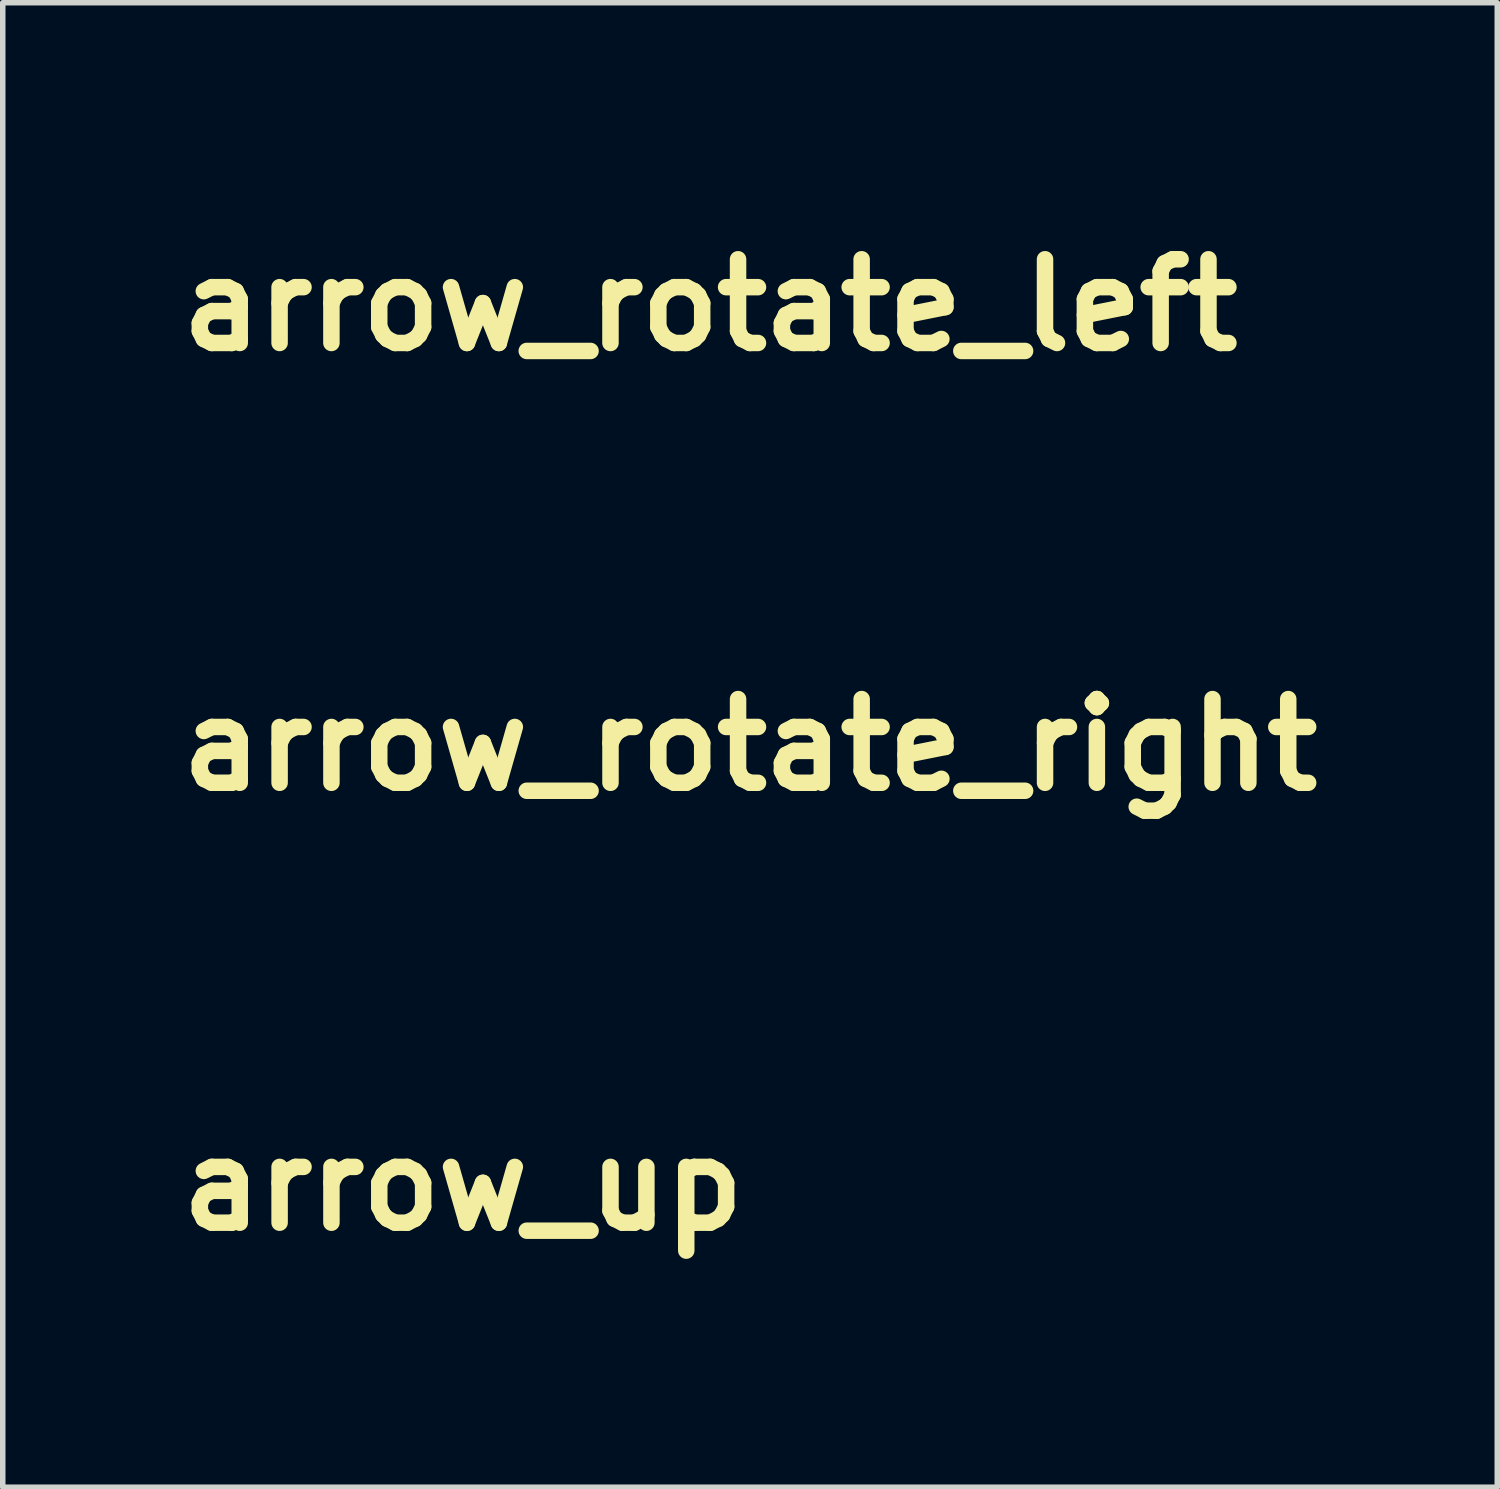
<source format=kicad_pcb>
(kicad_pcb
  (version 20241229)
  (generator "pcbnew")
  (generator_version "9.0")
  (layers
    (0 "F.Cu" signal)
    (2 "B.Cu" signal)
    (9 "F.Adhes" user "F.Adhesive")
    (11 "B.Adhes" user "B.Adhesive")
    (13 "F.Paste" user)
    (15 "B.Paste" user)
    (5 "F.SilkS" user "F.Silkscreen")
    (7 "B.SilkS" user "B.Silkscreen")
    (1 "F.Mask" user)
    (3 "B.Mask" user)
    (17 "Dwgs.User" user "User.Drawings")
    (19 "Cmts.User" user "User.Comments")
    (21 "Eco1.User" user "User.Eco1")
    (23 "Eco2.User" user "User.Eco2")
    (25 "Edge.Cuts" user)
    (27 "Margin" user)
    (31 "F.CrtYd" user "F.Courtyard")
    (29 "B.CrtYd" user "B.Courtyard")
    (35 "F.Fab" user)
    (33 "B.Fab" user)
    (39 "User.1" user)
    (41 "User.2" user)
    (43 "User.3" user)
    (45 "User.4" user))
  (footprint "arrow_rotate_right"
    (layer "F.Cu")
    (at 10.603 10.51)
    (property "Reference" "arrow_rotate_right" (at 0 0 0) (layer "F.SilkS") (effects (font (size 1.524 1.524) (thickness 0.3))))
    (attr through_hole)
    (fp_poly (pts (xy 2.492 0.534) (xy 2.493 0.561) (xy 2.494 0.605) (xy 2.495 0.666) (xy 2.496 0.741) (xy 2.497 0.829) (xy 2.497 0.93) (xy 2.498 1.041) (xy 2.498 1.162) (xy 2.499 1.29) (xy 2.499 1.426) (xy 2.499 1.507) (xy 2.499 2.499) (xy 1.589 2.499) (xy 1.426 2.499) (xy 1.283 2.499) (xy 1.157 2.498) (xy 1.049 2.498) (xy 0.957 2.497) (xy 0.88 2.497) (xy 0.817 2.496) (xy 0.768 2.494) (xy 0.731 2.493) (xy 0.706 2.492) (xy 0.691 2.49) (xy 0.686 2.488) (xy 0.686 2.487) (xy 0.694 2.478) (xy 0.714 2.455) (xy 0.746 2.42) (xy 0.787 2.375) (xy 0.838 2.32) (xy 0.896 2.257) (xy 0.96 2.186) (xy 1.03 2.111) (xy 1.103 2.031) (xy 1.109 2.025) (xy 1.166 1.963) (xy 1.231 1.892) (xy 1.303 1.815) (xy 1.38 1.731) (xy 1.461 1.643) (xy 1.546 1.551) (xy 1.633 1.457) (xy 1.721 1.361) (xy 1.81 1.265) (xy 1.897 1.17) (xy 1.983 1.077) (xy 2.065 0.987) (xy 2.144 0.902) (xy 2.217 0.823) (xy 2.283 0.751) (xy 2.343 0.686) (xy 2.394 0.631) (xy 2.435 0.586) (xy 2.466 0.552) (xy 2.485 0.532) (xy 2.491 0.525) (xy 2.492 0.534)) (stroke (width 0.01) (type solid)) (fill no) (layer "Eco1.User"))
    (fp_poly (pts (xy -2.402 -1.115) (xy -2.237 -1.099) (xy -2.069 -1.073) (xy -1.906 -1.038) (xy -1.849 -1.023) (xy -1.629 -0.952) (xy -1.417 -0.864) (xy -1.215 -0.758) (xy -1.023 -0.636) (xy -0.842 -0.499) (xy -0.673 -0.346) (xy -0.516 -0.179) (xy -0.374 0.002) (xy -0.245 0.195) (xy -0.151 0.364) (xy -0.129 0.409) (xy -0.11 0.448) (xy -0.096 0.478) (xy -0.09 0.495) (xy -0.09 0.496) (xy -0.093 0.499) (xy -0.103 0.502) (xy -0.122 0.504) (xy -0.151 0.506) (xy -0.191 0.508) (xy -0.245 0.509) (xy -0.312 0.51) (xy -0.396 0.511) (xy -0.497 0.512) (xy -0.595 0.512) (xy -1.1 0.515) (xy -0.688 0.98) (xy -0.552 1.134) (xy -0.428 1.274) (xy -0.315 1.401) (xy -0.214 1.516) (xy -0.123 1.619) (xy -0.041 1.711) (xy 0.031 1.793) (xy 0.096 1.866) (xy 0.153 1.931) (xy 0.204 1.988) (xy 0.249 2.039) (xy 0.289 2.084) (xy 0.325 2.124) (xy 0.357 2.16) (xy 0.386 2.193) (xy 0.413 2.224) (xy 0.439 2.253) (xy 0.464 2.281) (xy 0.475 2.294) (xy 0.52 2.345) (xy 0.561 2.391) (xy 0.596 2.431) (xy 0.622 2.461) (xy 0.639 2.481) (xy 0.643 2.487) (xy 0.641 2.488) (xy 0.631 2.49) (xy 0.612 2.491) (xy 0.585 2.492) (xy 0.547 2.494) (xy 0.499 2.495) (xy 0.439 2.495) (xy 0.366 2.496) (xy 0.281 2.497) (xy 0.182 2.497) (xy 0.068 2.498) (xy -0.062 2.498) (xy -0.207 2.499) (xy -0.37 2.499) (xy -0.55 2.499) (xy -0.749 2.499) (xy -0.924 2.499) (xy -2.499 2.499) (xy -2.499 -1.121) (xy -2.402 -1.115)) (stroke (width 0.01) (type solid)) (fill no) (layer "Eco1.User"))
    (fp_poly (pts (xy 1.715 -2.497) (xy 1.859 -2.497) (xy 1.991 -2.497) (xy 2.11 -2.497) (xy 2.214 -2.497) (xy 2.304 -2.497) (xy 2.377 -2.497) (xy 2.434 -2.496) (xy 2.473 -2.496) (xy 2.493 -2.496) (xy 2.496 -2.496) (xy 2.496 -2.485) (xy 2.496 -2.456) (xy 2.497 -2.409) (xy 2.497 -2.346) (xy 2.497 -2.267) (xy 2.497 -2.173) (xy 2.497 -2.066) (xy 2.497 -1.946) (xy 2.497 -1.816) (xy 2.497 -1.675) (xy 2.497 -1.525) (xy 2.497 -1.367) (xy 2.497 -1.203) (xy 2.497 -1.032) (xy 2.497 -0.994) (xy 2.494 0.505) (xy 1.948 0.502) (xy 1.402 0.5) (xy 1.395 0.472) (xy 1.384 0.432) (xy 1.367 0.378) (xy 1.346 0.313) (xy 1.322 0.244) (xy 1.297 0.173) (xy 1.272 0.105) (xy 1.254 0.058) (xy 1.141 -0.2) (xy 1.011 -0.448) (xy 0.865 -0.686) (xy 0.703 -0.913) (xy 0.526 -1.129) (xy 0.335 -1.332) (xy 0.131 -1.522) (xy -0.086 -1.698) (xy -0.315 -1.858) (xy -0.554 -2.003) (xy -0.803 -2.132) (xy -1.011 -2.223) (xy -1.071 -2.246) (xy -1.139 -2.271) (xy -1.211 -2.297) (xy -1.283 -2.322) (xy -1.35 -2.344) (xy -1.409 -2.363) (xy -1.455 -2.376) (xy -1.464 -2.378) (xy -1.503 -2.388) (xy -1.542 -2.398) (xy -1.544 -2.399) (xy -1.595 -2.411) (xy -1.66 -2.426) (xy -1.732 -2.441) (xy -1.806 -2.455) (xy -1.875 -2.468) (xy -1.934 -2.478) (xy -1.954 -2.48) (xy -1.963 -2.482) (xy -1.967 -2.483) (xy -1.965 -2.485) (xy -1.956 -2.486) (xy -1.94 -2.487) (xy -1.916 -2.488) (xy -1.883 -2.489) (xy -1.84 -2.49) (xy -1.788 -2.491) (xy -1.724 -2.491) (xy -1.65 -2.492) (xy -1.562 -2.493) (xy -1.463 -2.493) (xy -1.349 -2.494) (xy -1.221 -2.494) (xy -1.079 -2.494) (xy -0.92 -2.495) (xy -0.746 -2.495) (xy -0.554 -2.496) (xy -0.345 -2.496) (xy -0.117 -2.496) (xy 0.13 -2.496) (xy 0.219 -2.497) (xy 0.431 -2.497) (xy 0.637 -2.497) (xy 0.838 -2.497) (xy 1.031 -2.497) (xy 1.216 -2.497) (xy 1.392 -2.497) (xy 1.559 -2.497) (xy 1.715 -2.497)) (stroke (width 0.01) (type solid)) (fill no) (layer "Eco1.User")))
  (footprint "arrow_rotate_left"
    (layer "F.Cu")
    (at 9.877 2.504)
    (property "Reference" "arrow_rotate_left" (at 0 0 0) (layer "F.SilkS") (effects (font (size 1.524 1.524) (thickness 0.3))))
    (attr through_hole)
    (fp_poly (pts (xy -2.481 0.536) (xy -2.458 0.561) (xy -2.425 0.597) (xy -2.38 0.645) (xy -2.327 0.703) (xy -2.266 0.77) (xy -2.197 0.844) (xy -2.122 0.925) (xy -2.043 1.012) (xy -1.959 1.102) (xy -1.873 1.196) (xy -1.785 1.291) (xy -1.697 1.387) (xy -1.609 1.483) (xy -1.522 1.577) (xy -1.438 1.668) (xy -1.358 1.755) (xy -1.282 1.837) (xy -1.212 1.913) (xy -1.15 1.981) (xy -1.109 2.025) (xy -1.035 2.105) (xy -0.965 2.181) (xy -0.9 2.252) (xy -0.842 2.315) (xy -0.791 2.371) (xy -0.749 2.417) (xy -0.716 2.453) (xy -0.695 2.476) (xy -0.686 2.487) (xy -0.686 2.487) (xy -0.689 2.489) (xy -0.701 2.491) (xy -0.724 2.493) (xy -0.758 2.494) (xy -0.803 2.495) (xy -0.863 2.496) (xy -0.936 2.497) (xy -1.024 2.498) (xy -1.128 2.498) (xy -1.249 2.499) (xy -1.388 2.499) (xy -1.546 2.499) (xy -1.589 2.499) (xy -2.499 2.499) (xy -2.499 1.507) (xy -2.499 1.369) (xy -2.499 1.236) (xy -2.498 1.11) (xy -2.498 0.994) (xy -2.497 0.887) (xy -2.496 0.791) (xy -2.495 0.708) (xy -2.495 0.639) (xy -2.494 0.585) (xy -2.492 0.547) (xy -2.491 0.528) (xy -2.491 0.525) (xy -2.481 0.536)) (stroke (width 0.01) (type solid)) (fill no) (layer "Eco1.User"))
    (fp_poly (pts (xy -0.013 -2.499) (xy 0.193 -2.499) (xy 0.393 -2.499) (xy 0.587 -2.499) (xy 0.772 -2.499) (xy 0.948 -2.498) (xy 1.114 -2.498) (xy 1.27 -2.498) (xy 1.414 -2.498) (xy 1.546 -2.498) (xy 1.665 -2.497) (xy 1.769 -2.497) (xy 1.858 -2.497) (xy 1.931 -2.496) (xy 1.988 -2.496) (xy 2.026 -2.496) (xy 2.046 -2.495) (xy 2.049 -2.495) (xy 2.04 -2.492) (xy 2.015 -2.488) (xy 1.979 -2.483) (xy 1.952 -2.479) (xy 1.901 -2.472) (xy 1.837 -2.461) (xy 1.765 -2.447) (xy 1.692 -2.432) (xy 1.623 -2.417) (xy 1.564 -2.404) (xy 1.544 -2.399) (xy 1.506 -2.389) (xy 1.467 -2.379) (xy 1.464 -2.378) (xy 1.423 -2.367) (xy 1.368 -2.35) (xy 1.302 -2.328) (xy 1.231 -2.304) (xy 1.159 -2.278) (xy 1.089 -2.253) (xy 1.027 -2.229) (xy 1.011 -2.223) (xy 0.754 -2.108) (xy 0.507 -1.976) (xy 0.27 -1.828) (xy 0.043 -1.665) (xy -0.171 -1.486) (xy -0.373 -1.294) (xy -0.561 -1.088) (xy -0.736 -0.87) (xy -0.895 -0.641) (xy -1.038 -0.4) (xy -1.164 -0.15) (xy -1.254 0.058) (xy -1.278 0.12) (xy -1.303 0.188) (xy -1.328 0.259) (xy -1.351 0.328) (xy -1.371 0.391) (xy -1.387 0.442) (xy -1.395 0.472) (xy -1.402 0.499) (xy -1.95 0.502) (xy -2.499 0.505) (xy -2.499 -0.997) (xy -2.499 -2.499) (xy -0.225 -2.499) (xy -0.013 -2.499)) (stroke (width 0.01) (type solid)) (fill no) (layer "Eco1.User"))
    (fp_poly (pts (xy 2.499 2.499) (xy 0.924 2.499) (xy 0.709 2.499) (xy 0.514 2.499) (xy 0.337 2.499) (xy 0.178 2.499) (xy 0.036 2.498) (xy -0.091 2.498) (xy -0.202 2.497) (xy -0.298 2.497) (xy -0.381 2.496) (xy -0.451 2.495) (xy -0.509 2.494) (xy -0.555 2.493) (xy -0.591 2.492) (xy -0.616 2.491) (xy -0.633 2.489) (xy -0.642 2.488) (xy -0.643 2.487) (xy -0.635 2.476) (xy -0.615 2.452) (xy -0.585 2.419) (xy -0.548 2.376) (xy -0.506 2.328) (xy -0.475 2.294) (xy -0.45 2.265) (xy -0.425 2.237) (xy -0.398 2.207) (xy -0.37 2.175) (xy -0.339 2.141) (xy -0.305 2.103) (xy -0.268 2.06) (xy -0.225 2.012) (xy -0.177 1.957) (xy -0.122 1.896) (xy -0.061 1.827) (xy 0.008 1.748) (xy 0.086 1.661) (xy 0.172 1.563) (xy 0.269 1.454) (xy 0.376 1.332) (xy 0.495 1.198) (xy 0.626 1.05) (xy 0.688 0.98) (xy 1.1 0.515) (xy 0.595 0.512) (xy 0.478 0.512) (xy 0.381 0.511) (xy 0.3 0.51) (xy 0.235 0.509) (xy 0.184 0.507) (xy 0.145 0.506) (xy 0.118 0.504) (xy 0.101 0.502) (xy 0.092 0.499) (xy 0.09 0.496) (xy 0.094 0.483) (xy 0.106 0.455) (xy 0.124 0.418) (xy 0.146 0.374) (xy 0.151 0.364) (xy 0.267 0.16) (xy 0.397 -0.031) (xy 0.542 -0.208) (xy 0.699 -0.372) (xy 0.869 -0.521) (xy 1.05 -0.655) (xy 1.241 -0.773) (xy 1.442 -0.875) (xy 1.651 -0.96) (xy 1.868 -1.028) (xy 2.092 -1.077) (xy 2.321 -1.108) (xy 2.402 -1.115) (xy 2.499 -1.121) (xy 2.499 2.499)) (stroke (width 0.01) (type solid)) (fill no) (layer "Eco1.User")))
  (footprint "arrow_up"
    (layer "F.Cu")
    (at 5.378 18.518)
    (property "Reference" "arrow_up" (at 0 0 0) (layer "F.SilkS") (effects (font (size 1.524 1.524) (thickness 0.3))))
    (attr through_hole)
    (fp_poly (pts (xy 2.499 2.499) (xy 1.26 2.499) (xy 1.26 0.02) (xy 2.499 0.02) (xy 2.499 2.499)) (stroke (width 0.01) (type solid)) (fill no) (layer "Eco1.User"))
    (fp_poly (pts (xy 2.499 0.005) (xy 0.015 -2.479) (xy -2.484 0.02) (xy -1.23 0.02) (xy -1.23 2.499) (xy -2.499 2.499) (xy -2.499 -2.499) (xy 2.499 -2.499) (xy 2.499 0.005)) (stroke (width 0.01) (type solid)) (fill no) (layer "Eco1.User")))
  (gr_rect
    (start -3 -3)
    (end 24.205 24.022)
    (stroke (width 0.1) (type default))
    (fill no)
    (layer "Edge.Cuts")))
</source>
